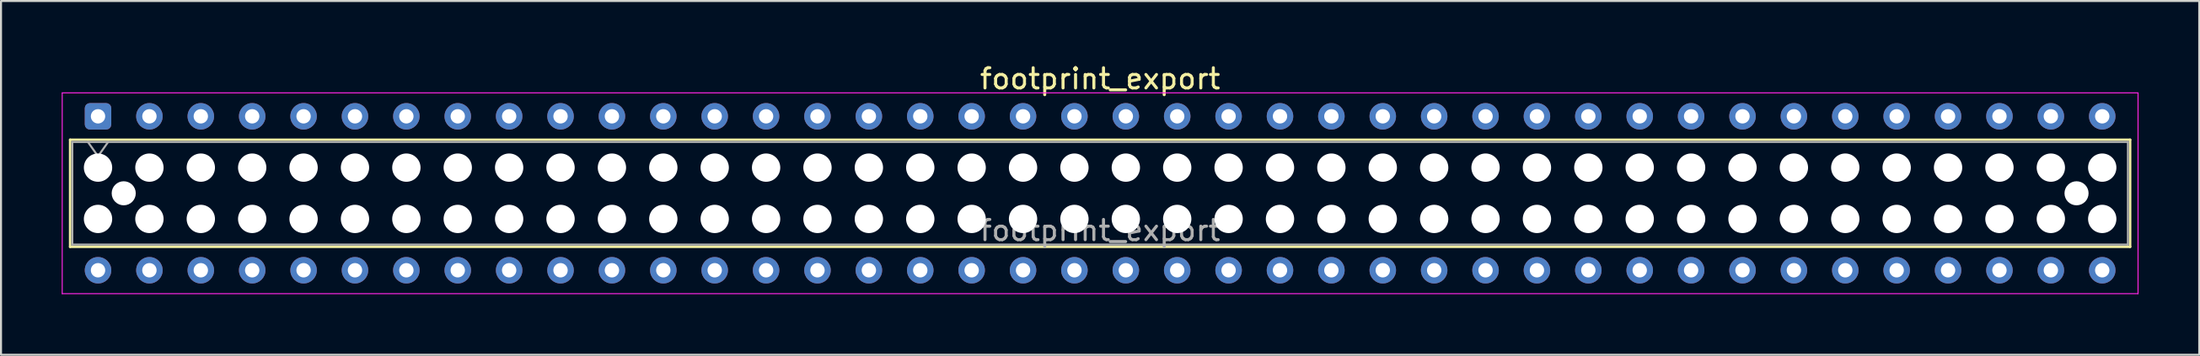
<source format=kicad_pcb>
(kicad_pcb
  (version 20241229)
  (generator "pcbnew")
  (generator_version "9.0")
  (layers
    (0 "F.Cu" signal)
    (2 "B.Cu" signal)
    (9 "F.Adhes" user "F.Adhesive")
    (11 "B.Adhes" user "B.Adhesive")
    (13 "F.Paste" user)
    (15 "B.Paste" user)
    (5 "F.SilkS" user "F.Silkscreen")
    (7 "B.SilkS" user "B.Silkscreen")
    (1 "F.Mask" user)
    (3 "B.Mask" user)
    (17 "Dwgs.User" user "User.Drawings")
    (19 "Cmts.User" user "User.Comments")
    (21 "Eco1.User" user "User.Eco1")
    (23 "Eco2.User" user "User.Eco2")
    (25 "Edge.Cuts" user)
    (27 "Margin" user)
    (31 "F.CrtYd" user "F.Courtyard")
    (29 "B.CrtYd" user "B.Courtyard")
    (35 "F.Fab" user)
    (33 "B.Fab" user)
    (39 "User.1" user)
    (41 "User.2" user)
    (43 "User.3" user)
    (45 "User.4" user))
  (footprint "footprint_export"
    (layer "F.Cu")
    (at 1.795 2.708)
    (property "Reference" "footprint_export" (at 49.53 -1.86 0) (layer "F.SilkS") (effects (font (size 1 1) (thickness 0.15))))
    (attr through_hole)
    (fp_line (start -1.38 1.16) (end 100.44 1.16) (stroke (width 0.12) (type solid)) (layer "F.SilkS"))
    (fp_line (start -1.38 6.46) (end -1.38 1.16) (stroke (width 0.12) (type solid)) (layer "F.SilkS"))
    (fp_line (start 100.44 1.16) (end 100.44 6.46) (stroke (width 0.12) (type solid)) (layer "F.SilkS"))
    (fp_line (start 100.44 6.46) (end -1.38 6.46) (stroke (width 0.12) (type solid)) (layer "F.SilkS"))
    (fp_line (start -1.77 -1.16) (end 100.83 -1.16) (stroke (width 0.05) (type solid)) (layer "F.CrtYd"))
    (fp_line (start -1.77 8.78) (end -1.77 -1.16) (stroke (width 0.05) (type solid)) (layer "F.CrtYd"))
    (fp_line (start 100.83 -1.16) (end 100.83 8.78) (stroke (width 0.05) (type solid)) (layer "F.CrtYd"))
    (fp_line (start 100.83 8.78) (end -1.77 8.78) (stroke (width 0.05) (type solid)) (layer "F.CrtYd"))
    (fp_line (start -1.27 1.27) (end 100.33 1.27) (stroke (width 0.1) (type solid)) (layer "F.Fab"))
    (fp_line (start -1.27 6.35) (end -1.27 1.27) (stroke (width 0.1) (type solid)) (layer "F.Fab"))
    (fp_line (start -0.5 1.27) (end 0 1.977) (stroke (width 0.1) (type solid)) (layer "F.Fab"))
    (fp_line (start 0 1.977) (end 0.5 1.27) (stroke (width 0.1) (type solid)) (layer "F.Fab"))
    (fp_line (start 100.33 1.27) (end 100.33 6.35) (stroke (width 0.1) (type solid)) (layer "F.Fab"))
    (fp_line (start 100.33 6.35) (end -1.27 6.35) (stroke (width 0.1) (type solid)) (layer "F.Fab"))
    (fp_text user "${REFERENCE}" (at 49.53 5.65 0) (layer "F.Fab") (effects (font (size 1 1) (thickness 0.15))))
    (pad "" np_thru_hole circle (at 0 2.54) (size 1.4 1.4) (drill 1.4) (layers "*.Cu" "*.Mask"))
    (pad "" np_thru_hole circle (at 0 5.08) (size 1.4 1.4) (drill 1.4) (layers "*.Cu" "*.Mask"))
    (pad "" np_thru_hole circle (at 1.27 3.81) (size 1.19 1.19) (drill 1.19) (layers "*.Cu" "*.Mask"))
    (pad "" np_thru_hole circle (at 2.54 2.54) (size 1.4 1.4) (drill 1.4) (layers "*.Cu" "*.Mask"))
    (pad "" np_thru_hole circle (at 2.54 5.08) (size 1.4 1.4) (drill 1.4) (layers "*.Cu" "*.Mask"))
    (pad "" np_thru_hole circle (at 5.08 2.54) (size 1.4 1.4) (drill 1.4) (layers "*.Cu" "*.Mask"))
    (pad "" np_thru_hole circle (at 5.08 5.08) (size 1.4 1.4) (drill 1.4) (layers "*.Cu" "*.Mask"))
    (pad "" np_thru_hole circle (at 7.62 2.54) (size 1.4 1.4) (drill 1.4) (layers "*.Cu" "*.Mask"))
    (pad "" np_thru_hole circle (at 7.62 5.08) (size 1.4 1.4) (drill 1.4) (layers "*.Cu" "*.Mask"))
    (pad "" np_thru_hole circle (at 10.16 2.54) (size 1.4 1.4) (drill 1.4) (layers "*.Cu" "*.Mask"))
    (pad "" np_thru_hole circle (at 10.16 5.08) (size 1.4 1.4) (drill 1.4) (layers "*.Cu" "*.Mask"))
    (pad "" np_thru_hole circle (at 12.7 2.54) (size 1.4 1.4) (drill 1.4) (layers "*.Cu" "*.Mask"))
    (pad "" np_thru_hole circle (at 12.7 5.08) (size 1.4 1.4) (drill 1.4) (layers "*.Cu" "*.Mask"))
    (pad "" np_thru_hole circle (at 15.24 2.54) (size 1.4 1.4) (drill 1.4) (layers "*.Cu" "*.Mask"))
    (pad "" np_thru_hole circle (at 15.24 5.08) (size 1.4 1.4) (drill 1.4) (layers "*.Cu" "*.Mask"))
    (pad "" np_thru_hole circle (at 17.78 2.54) (size 1.4 1.4) (drill 1.4) (layers "*.Cu" "*.Mask"))
    (pad "" np_thru_hole circle (at 17.78 5.08) (size 1.4 1.4) (drill 1.4) (layers "*.Cu" "*.Mask"))
    (pad "" np_thru_hole circle (at 20.32 2.54) (size 1.4 1.4) (drill 1.4) (layers "*.Cu" "*.Mask"))
    (pad "" np_thru_hole circle (at 20.32 5.08) (size 1.4 1.4) (drill 1.4) (layers "*.Cu" "*.Mask"))
    (pad "" np_thru_hole circle (at 22.86 2.54) (size 1.4 1.4) (drill 1.4) (layers "*.Cu" "*.Mask"))
    (pad "" np_thru_hole circle (at 22.86 5.08) (size 1.4 1.4) (drill 1.4) (layers "*.Cu" "*.Mask"))
    (pad "" np_thru_hole circle (at 25.4 2.54) (size 1.4 1.4) (drill 1.4) (layers "*.Cu" "*.Mask"))
    (pad "" np_thru_hole circle (at 25.4 5.08) (size 1.4 1.4) (drill 1.4) (layers "*.Cu" "*.Mask"))
    (pad "" np_thru_hole circle (at 27.94 2.54) (size 1.4 1.4) (drill 1.4) (layers "*.Cu" "*.Mask"))
    (pad "" np_thru_hole circle (at 27.94 5.08) (size 1.4 1.4) (drill 1.4) (layers "*.Cu" "*.Mask"))
    (pad "" np_thru_hole circle (at 30.48 2.54) (size 1.4 1.4) (drill 1.4) (layers "*.Cu" "*.Mask"))
    (pad "" np_thru_hole circle (at 30.48 5.08) (size 1.4 1.4) (drill 1.4) (layers "*.Cu" "*.Mask"))
    (pad "" np_thru_hole circle (at 33.02 2.54) (size 1.4 1.4) (drill 1.4) (layers "*.Cu" "*.Mask"))
    (pad "" np_thru_hole circle (at 33.02 5.08) (size 1.4 1.4) (drill 1.4) (layers "*.Cu" "*.Mask"))
    (pad "" np_thru_hole circle (at 35.56 2.54) (size 1.4 1.4) (drill 1.4) (layers "*.Cu" "*.Mask"))
    (pad "" np_thru_hole circle (at 35.56 5.08) (size 1.4 1.4) (drill 1.4) (layers "*.Cu" "*.Mask"))
    (pad "" np_thru_hole circle (at 38.1 2.54) (size 1.4 1.4) (drill 1.4) (layers "*.Cu" "*.Mask"))
    (pad "" np_thru_hole circle (at 38.1 5.08) (size 1.4 1.4) (drill 1.4) (layers "*.Cu" "*.Mask"))
    (pad "" np_thru_hole circle (at 40.64 2.54) (size 1.4 1.4) (drill 1.4) (layers "*.Cu" "*.Mask"))
    (pad "" np_thru_hole circle (at 40.64 5.08) (size 1.4 1.4) (drill 1.4) (layers "*.Cu" "*.Mask"))
    (pad "" np_thru_hole circle (at 43.18 2.54) (size 1.4 1.4) (drill 1.4) (layers "*.Cu" "*.Mask"))
    (pad "" np_thru_hole circle (at 43.18 5.08) (size 1.4 1.4) (drill 1.4) (layers "*.Cu" "*.Mask"))
    (pad "" np_thru_hole circle (at 45.72 2.54) (size 1.4 1.4) (drill 1.4) (layers "*.Cu" "*.Mask"))
    (pad "" np_thru_hole circle (at 45.72 5.08) (size 1.4 1.4) (drill 1.4) (layers "*.Cu" "*.Mask"))
    (pad "" np_thru_hole circle (at 48.26 2.54) (size 1.4 1.4) (drill 1.4) (layers "*.Cu" "*.Mask"))
    (pad "" np_thru_hole circle (at 48.26 5.08) (size 1.4 1.4) (drill 1.4) (layers "*.Cu" "*.Mask"))
    (pad "" np_thru_hole circle (at 50.8 2.54) (size 1.4 1.4) (drill 1.4) (layers "*.Cu" "*.Mask"))
    (pad "" np_thru_hole circle (at 50.8 5.08) (size 1.4 1.4) (drill 1.4) (layers "*.Cu" "*.Mask"))
    (pad "" np_thru_hole circle (at 53.34 2.54) (size 1.4 1.4) (drill 1.4) (layers "*.Cu" "*.Mask"))
    (pad "" np_thru_hole circle (at 53.34 5.08) (size 1.4 1.4) (drill 1.4) (layers "*.Cu" "*.Mask"))
    (pad "" np_thru_hole circle (at 55.88 2.54) (size 1.4 1.4) (drill 1.4) (layers "*.Cu" "*.Mask"))
    (pad "" np_thru_hole circle (at 55.88 5.08) (size 1.4 1.4) (drill 1.4) (layers "*.Cu" "*.Mask"))
    (pad "" np_thru_hole circle (at 58.42 2.54) (size 1.4 1.4) (drill 1.4) (layers "*.Cu" "*.Mask"))
    (pad "" np_thru_hole circle (at 58.42 5.08) (size 1.4 1.4) (drill 1.4) (layers "*.Cu" "*.Mask"))
    (pad "" np_thru_hole circle (at 60.96 2.54) (size 1.4 1.4) (drill 1.4) (layers "*.Cu" "*.Mask"))
    (pad "" np_thru_hole circle (at 60.96 5.08) (size 1.4 1.4) (drill 1.4) (layers "*.Cu" "*.Mask"))
    (pad "" np_thru_hole circle (at 63.5 2.54) (size 1.4 1.4) (drill 1.4) (layers "*.Cu" "*.Mask"))
    (pad "" np_thru_hole circle (at 63.5 5.08) (size 1.4 1.4) (drill 1.4) (layers "*.Cu" "*.Mask"))
    (pad "" np_thru_hole circle (at 66.04 2.54) (size 1.4 1.4) (drill 1.4) (layers "*.Cu" "*.Mask"))
    (pad "" np_thru_hole circle (at 66.04 5.08) (size 1.4 1.4) (drill 1.4) (layers "*.Cu" "*.Mask"))
    (pad "" np_thru_hole circle (at 68.58 2.54) (size 1.4 1.4) (drill 1.4) (layers "*.Cu" "*.Mask"))
    (pad "" np_thru_hole circle (at 68.58 5.08) (size 1.4 1.4) (drill 1.4) (layers "*.Cu" "*.Mask"))
    (pad "" np_thru_hole circle (at 71.12 2.54) (size 1.4 1.4) (drill 1.4) (layers "*.Cu" "*.Mask"))
    (pad "" np_thru_hole circle (at 71.12 5.08) (size 1.4 1.4) (drill 1.4) (layers "*.Cu" "*.Mask"))
    (pad "" np_thru_hole circle (at 73.66 2.54) (size 1.4 1.4) (drill 1.4) (layers "*.Cu" "*.Mask"))
    (pad "" np_thru_hole circle (at 73.66 5.08) (size 1.4 1.4) (drill 1.4) (layers "*.Cu" "*.Mask"))
    (pad "" np_thru_hole circle (at 76.2 2.54) (size 1.4 1.4) (drill 1.4) (layers "*.Cu" "*.Mask"))
    (pad "" np_thru_hole circle (at 76.2 5.08) (size 1.4 1.4) (drill 1.4) (layers "*.Cu" "*.Mask"))
    (pad "" np_thru_hole circle (at 78.74 2.54) (size 1.4 1.4) (drill 1.4) (layers "*.Cu" "*.Mask"))
    (pad "" np_thru_hole circle (at 78.74 5.08) (size 1.4 1.4) (drill 1.4) (layers "*.Cu" "*.Mask"))
    (pad "" np_thru_hole circle (at 81.28 2.54) (size 1.4 1.4) (drill 1.4) (layers "*.Cu" "*.Mask"))
    (pad "" np_thru_hole circle (at 81.28 5.08) (size 1.4 1.4) (drill 1.4) (layers "*.Cu" "*.Mask"))
    (pad "" np_thru_hole circle (at 83.82 2.54) (size 1.4 1.4) (drill 1.4) (layers "*.Cu" "*.Mask"))
    (pad "" np_thru_hole circle (at 83.82 5.08) (size 1.4 1.4) (drill 1.4) (layers "*.Cu" "*.Mask"))
    (pad "" np_thru_hole circle (at 86.36 2.54) (size 1.4 1.4) (drill 1.4) (layers "*.Cu" "*.Mask"))
    (pad "" np_thru_hole circle (at 86.36 5.08) (size 1.4 1.4) (drill 1.4) (layers "*.Cu" "*.Mask"))
    (pad "" np_thru_hole circle (at 88.9 2.54) (size 1.4 1.4) (drill 1.4) (layers "*.Cu" "*.Mask"))
    (pad "" np_thru_hole circle (at 88.9 5.08) (size 1.4 1.4) (drill 1.4) (layers "*.Cu" "*.Mask"))
    (pad "" np_thru_hole circle (at 91.44 2.54) (size 1.4 1.4) (drill 1.4) (layers "*.Cu" "*.Mask"))
    (pad "" np_thru_hole circle (at 91.44 5.08) (size 1.4 1.4) (drill 1.4) (layers "*.Cu" "*.Mask"))
    (pad "" np_thru_hole circle (at 93.98 2.54) (size 1.4 1.4) (drill 1.4) (layers "*.Cu" "*.Mask"))
    (pad "" np_thru_hole circle (at 93.98 5.08) (size 1.4 1.4) (drill 1.4) (layers "*.Cu" "*.Mask"))
    (pad "" np_thru_hole circle (at 96.52 2.54) (size 1.4 1.4) (drill 1.4) (layers "*.Cu" "*.Mask"))
    (pad "" np_thru_hole circle (at 96.52 5.08) (size 1.4 1.4) (drill 1.4) (layers "*.Cu" "*.Mask"))
    (pad "" np_thru_hole circle (at 97.79 3.81) (size 1.19 1.19) (drill 1.19) (layers "*.Cu" "*.Mask"))
    (pad "" np_thru_hole circle (at 99.06 2.54) (size 1.4 1.4) (drill 1.4) (layers "*.Cu" "*.Mask"))
    (pad "" np_thru_hole circle (at 99.06 5.08) (size 1.4 1.4) (drill 1.4) (layers "*.Cu" "*.Mask"))
    (pad "1" thru_hole roundrect (at 0 0) (size 1.31 1.31) (drill 0.71) (layers "*.Cu" "*.Mask") (roundrect_rratio 0.191))
    (pad "2" thru_hole circle (at 0 7.62) (size 1.31 1.31) (drill 0.71) (layers "*.Cu" "*.Mask"))
    (pad "3" thru_hole circle (at 2.54 0) (size 1.31 1.31) (drill 0.71) (layers "*.Cu" "*.Mask"))
    (pad "4" thru_hole circle (at 2.54 7.62) (size 1.31 1.31) (drill 0.71) (layers "*.Cu" "*.Mask"))
    (pad "5" thru_hole circle (at 5.08 0) (size 1.31 1.31) (drill 0.71) (layers "*.Cu" "*.Mask"))
    (pad "6" thru_hole circle (at 5.08 7.62) (size 1.31 1.31) (drill 0.71) (layers "*.Cu" "*.Mask"))
    (pad "7" thru_hole circle (at 7.62 0) (size 1.31 1.31) (drill 0.71) (layers "*.Cu" "*.Mask"))
    (pad "8" thru_hole circle (at 7.62 7.62) (size 1.31 1.31) (drill 0.71) (layers "*.Cu" "*.Mask"))
    (pad "9" thru_hole circle (at 10.16 0) (size 1.31 1.31) (drill 0.71) (layers "*.Cu" "*.Mask"))
    (pad "10" thru_hole circle (at 10.16 7.62) (size 1.31 1.31) (drill 0.71) (layers "*.Cu" "*.Mask"))
    (pad "11" thru_hole circle (at 12.7 0) (size 1.31 1.31) (drill 0.71) (layers "*.Cu" "*.Mask"))
    (pad "12" thru_hole circle (at 12.7 7.62) (size 1.31 1.31) (drill 0.71) (layers "*.Cu" "*.Mask"))
    (pad "13" thru_hole circle (at 15.24 0) (size 1.31 1.31) (drill 0.71) (layers "*.Cu" "*.Mask"))
    (pad "14" thru_hole circle (at 15.24 7.62) (size 1.31 1.31) (drill 0.71) (layers "*.Cu" "*.Mask"))
    (pad "15" thru_hole circle (at 17.78 0) (size 1.31 1.31) (drill 0.71) (layers "*.Cu" "*.Mask"))
    (pad "16" thru_hole circle (at 17.78 7.62) (size 1.31 1.31) (drill 0.71) (layers "*.Cu" "*.Mask"))
    (pad "17" thru_hole circle (at 20.32 0) (size 1.31 1.31) (drill 0.71) (layers "*.Cu" "*.Mask"))
    (pad "18" thru_hole circle (at 20.32 7.62) (size 1.31 1.31) (drill 0.71) (layers "*.Cu" "*.Mask"))
    (pad "19" thru_hole circle (at 22.86 0) (size 1.31 1.31) (drill 0.71) (layers "*.Cu" "*.Mask"))
    (pad "20" thru_hole circle (at 22.86 7.62) (size 1.31 1.31) (drill 0.71) (layers "*.Cu" "*.Mask"))
    (pad "21" thru_hole circle (at 25.4 0) (size 1.31 1.31) (drill 0.71) (layers "*.Cu" "*.Mask"))
    (pad "22" thru_hole circle (at 25.4 7.62) (size 1.31 1.31) (drill 0.71) (layers "*.Cu" "*.Mask"))
    (pad "23" thru_hole circle (at 27.94 0) (size 1.31 1.31) (drill 0.71) (layers "*.Cu" "*.Mask"))
    (pad "24" thru_hole circle (at 27.94 7.62) (size 1.31 1.31) (drill 0.71) (layers "*.Cu" "*.Mask"))
    (pad "25" thru_hole circle (at 30.48 0) (size 1.31 1.31) (drill 0.71) (layers "*.Cu" "*.Mask"))
    (pad "26" thru_hole circle (at 30.48 7.62) (size 1.31 1.31) (drill 0.71) (layers "*.Cu" "*.Mask"))
    (pad "27" thru_hole circle (at 33.02 0) (size 1.31 1.31) (drill 0.71) (layers "*.Cu" "*.Mask"))
    (pad "28" thru_hole circle (at 33.02 7.62) (size 1.31 1.31) (drill 0.71) (layers "*.Cu" "*.Mask"))
    (pad "29" thru_hole circle (at 35.56 0) (size 1.31 1.31) (drill 0.71) (layers "*.Cu" "*.Mask"))
    (pad "30" thru_hole circle (at 35.56 7.62) (size 1.31 1.31) (drill 0.71) (layers "*.Cu" "*.Mask"))
    (pad "31" thru_hole circle (at 38.1 0) (size 1.31 1.31) (drill 0.71) (layers "*.Cu" "*.Mask"))
    (pad "32" thru_hole circle (at 38.1 7.62) (size 1.31 1.31) (drill 0.71) (layers "*.Cu" "*.Mask"))
    (pad "33" thru_hole circle (at 40.64 0) (size 1.31 1.31) (drill 0.71) (layers "*.Cu" "*.Mask"))
    (pad "34" thru_hole circle (at 40.64 7.62) (size 1.31 1.31) (drill 0.71) (layers "*.Cu" "*.Mask"))
    (pad "35" thru_hole circle (at 43.18 0) (size 1.31 1.31) (drill 0.71) (layers "*.Cu" "*.Mask"))
    (pad "36" thru_hole circle (at 43.18 7.62) (size 1.31 1.31) (drill 0.71) (layers "*.Cu" "*.Mask"))
    (pad "37" thru_hole circle (at 45.72 0) (size 1.31 1.31) (drill 0.71) (layers "*.Cu" "*.Mask"))
    (pad "38" thru_hole circle (at 45.72 7.62) (size 1.31 1.31) (drill 0.71) (layers "*.Cu" "*.Mask"))
    (pad "39" thru_hole circle (at 48.26 0) (size 1.31 1.31) (drill 0.71) (layers "*.Cu" "*.Mask"))
    (pad "40" thru_hole circle (at 48.26 7.62) (size 1.31 1.31) (drill 0.71) (layers "*.Cu" "*.Mask"))
    (pad "41" thru_hole circle (at 50.8 0) (size 1.31 1.31) (drill 0.71) (layers "*.Cu" "*.Mask"))
    (pad "42" thru_hole circle (at 50.8 7.62) (size 1.31 1.31) (drill 0.71) (layers "*.Cu" "*.Mask"))
    (pad "43" thru_hole circle (at 53.34 0) (size 1.31 1.31) (drill 0.71) (layers "*.Cu" "*.Mask"))
    (pad "44" thru_hole circle (at 53.34 7.62) (size 1.31 1.31) (drill 0.71) (layers "*.Cu" "*.Mask"))
    (pad "45" thru_hole circle (at 55.88 0) (size 1.31 1.31) (drill 0.71) (layers "*.Cu" "*.Mask"))
    (pad "46" thru_hole circle (at 55.88 7.62) (size 1.31 1.31) (drill 0.71) (layers "*.Cu" "*.Mask"))
    (pad "47" thru_hole circle (at 58.42 0) (size 1.31 1.31) (drill 0.71) (layers "*.Cu" "*.Mask"))
    (pad "48" thru_hole circle (at 58.42 7.62) (size 1.31 1.31) (drill 0.71) (layers "*.Cu" "*.Mask"))
    (pad "49" thru_hole circle (at 60.96 0) (size 1.31 1.31) (drill 0.71) (layers "*.Cu" "*.Mask"))
    (pad "50" thru_hole circle (at 60.96 7.62) (size 1.31 1.31) (drill 0.71) (layers "*.Cu" "*.Mask"))
    (pad "51" thru_hole circle (at 63.5 0) (size 1.31 1.31) (drill 0.71) (layers "*.Cu" "*.Mask"))
    (pad "52" thru_hole circle (at 63.5 7.62) (size 1.31 1.31) (drill 0.71) (layers "*.Cu" "*.Mask"))
    (pad "53" thru_hole circle (at 66.04 0) (size 1.31 1.31) (drill 0.71) (layers "*.Cu" "*.Mask"))
    (pad "54" thru_hole circle (at 66.04 7.62) (size 1.31 1.31) (drill 0.71) (layers "*.Cu" "*.Mask"))
    (pad "55" thru_hole circle (at 68.58 0) (size 1.31 1.31) (drill 0.71) (layers "*.Cu" "*.Mask"))
    (pad "56" thru_hole circle (at 68.58 7.62) (size 1.31 1.31) (drill 0.71) (layers "*.Cu" "*.Mask"))
    (pad "57" thru_hole circle (at 71.12 0) (size 1.31 1.31) (drill 0.71) (layers "*.Cu" "*.Mask"))
    (pad "58" thru_hole circle (at 71.12 7.62) (size 1.31 1.31) (drill 0.71) (layers "*.Cu" "*.Mask"))
    (pad "59" thru_hole circle (at 73.66 0) (size 1.31 1.31) (drill 0.71) (layers "*.Cu" "*.Mask"))
    (pad "60" thru_hole circle (at 73.66 7.62) (size 1.31 1.31) (drill 0.71) (layers "*.Cu" "*.Mask"))
    (pad "61" thru_hole circle (at 76.2 0) (size 1.31 1.31) (drill 0.71) (layers "*.Cu" "*.Mask"))
    (pad "62" thru_hole circle (at 76.2 7.62) (size 1.31 1.31) (drill 0.71) (layers "*.Cu" "*.Mask"))
    (pad "63" thru_hole circle (at 78.74 0) (size 1.31 1.31) (drill 0.71) (layers "*.Cu" "*.Mask"))
    (pad "64" thru_hole circle (at 78.74 7.62) (size 1.31 1.31) (drill 0.71) (layers "*.Cu" "*.Mask"))
    (pad "65" thru_hole circle (at 81.28 0) (size 1.31 1.31) (drill 0.71) (layers "*.Cu" "*.Mask"))
    (pad "66" thru_hole circle (at 81.28 7.62) (size 1.31 1.31) (drill 0.71) (layers "*.Cu" "*.Mask"))
    (pad "67" thru_hole circle (at 83.82 0) (size 1.31 1.31) (drill 0.71) (layers "*.Cu" "*.Mask"))
    (pad "68" thru_hole circle (at 83.82 7.62) (size 1.31 1.31) (drill 0.71) (layers "*.Cu" "*.Mask"))
    (pad "69" thru_hole circle (at 86.36 0) (size 1.31 1.31) (drill 0.71) (layers "*.Cu" "*.Mask"))
    (pad "70" thru_hole circle (at 86.36 7.62) (size 1.31 1.31) (drill 0.71) (layers "*.Cu" "*.Mask"))
    (pad "71" thru_hole circle (at 88.9 0) (size 1.31 1.31) (drill 0.71) (layers "*.Cu" "*.Mask"))
    (pad "72" thru_hole circle (at 88.9 7.62) (size 1.31 1.31) (drill 0.71) (layers "*.Cu" "*.Mask"))
    (pad "73" thru_hole circle (at 91.44 0) (size 1.31 1.31) (drill 0.71) (layers "*.Cu" "*.Mask"))
    (pad "74" thru_hole circle (at 91.44 7.62) (size 1.31 1.31) (drill 0.71) (layers "*.Cu" "*.Mask"))
    (pad "75" thru_hole circle (at 93.98 0) (size 1.31 1.31) (drill 0.71) (layers "*.Cu" "*.Mask"))
    (pad "76" thru_hole circle (at 93.98 7.62) (size 1.31 1.31) (drill 0.71) (layers "*.Cu" "*.Mask"))
    (pad "77" thru_hole circle (at 96.52 0) (size 1.31 1.31) (drill 0.71) (layers "*.Cu" "*.Mask"))
    (pad "78" thru_hole circle (at 96.52 7.62) (size 1.31 1.31) (drill 0.71) (layers "*.Cu" "*.Mask"))
    (pad "79" thru_hole circle (at 99.06 0) (size 1.31 1.31) (drill 0.71) (layers "*.Cu" "*.Mask"))
    (pad "80" thru_hole circle (at 99.06 7.62) (size 1.31 1.31) (drill 0.71) (layers "*.Cu" "*.Mask")))
  (gr_rect
    (start -3 -3)
    (end 105.65 14.513)
    (stroke (width 0.1) (type default))
    (fill no)
    (layer "Edge.Cuts")))
</source>
